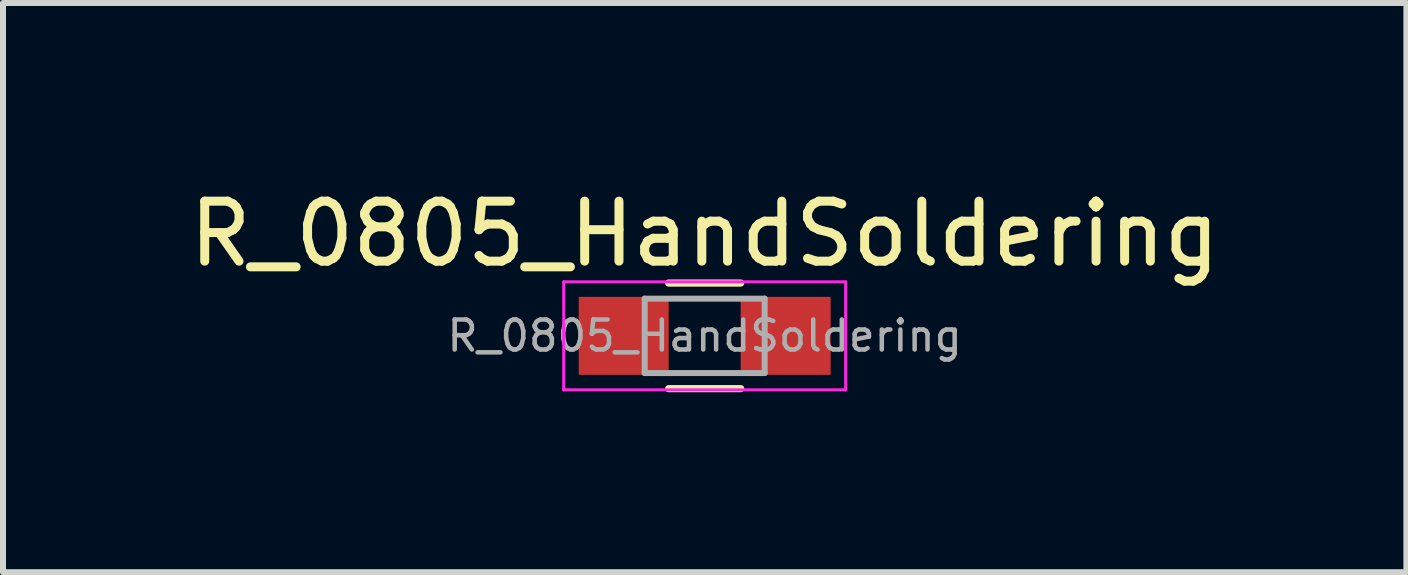
<source format=kicad_pcb>
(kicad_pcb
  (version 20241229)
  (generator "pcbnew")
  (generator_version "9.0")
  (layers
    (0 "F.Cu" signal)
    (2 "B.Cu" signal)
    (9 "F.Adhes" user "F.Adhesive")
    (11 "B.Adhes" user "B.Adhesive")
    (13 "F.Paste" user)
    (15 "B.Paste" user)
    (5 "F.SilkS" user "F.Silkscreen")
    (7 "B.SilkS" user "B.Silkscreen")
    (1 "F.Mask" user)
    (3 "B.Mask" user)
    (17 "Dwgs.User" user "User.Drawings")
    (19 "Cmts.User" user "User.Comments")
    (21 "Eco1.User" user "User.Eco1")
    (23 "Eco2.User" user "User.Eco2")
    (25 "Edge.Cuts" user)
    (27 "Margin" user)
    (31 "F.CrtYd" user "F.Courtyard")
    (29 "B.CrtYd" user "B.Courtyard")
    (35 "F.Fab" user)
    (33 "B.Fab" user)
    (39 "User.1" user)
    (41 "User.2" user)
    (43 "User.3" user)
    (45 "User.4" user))
  (footprint "R_0805_HandSoldering"
    (layer "F.Cu")
    (at 8.696 2.548)
    (property "Reference" "R_0805_HandSoldering" (at 0 -1.7 0) (layer "F.SilkS") (effects (font (size 1 1) (thickness 0.15))))
    (attr smd)
    (fp_line (start -0.6 -0.88) (end 0.6 -0.88) (stroke (width 0.12) (type solid)) (layer "F.SilkS"))
    (fp_line (start 0.6 0.88) (end -0.6 0.88) (stroke (width 0.12) (type solid)) (layer "F.SilkS"))
    (fp_line (start -2.35 -0.9) (end -2.35 0.9) (stroke (width 0.05) (type solid)) (layer "F.CrtYd"))
    (fp_line (start -2.35 -0.9) (end 2.35 -0.9) (stroke (width 0.05) (type solid)) (layer "F.CrtYd"))
    (fp_line (start 2.35 0.9) (end -2.35 0.9) (stroke (width 0.05) (type solid)) (layer "F.CrtYd"))
    (fp_line (start 2.35 0.9) (end 2.35 -0.9) (stroke (width 0.05) (type solid)) (layer "F.CrtYd"))
    (fp_line (start -1 -0.62) (end 1 -0.62) (stroke (width 0.1) (type solid)) (layer "F.Fab"))
    (fp_line (start -1 0.62) (end -1 -0.62) (stroke (width 0.1) (type solid)) (layer "F.Fab"))
    (fp_line (start 1 -0.62) (end 1 0.62) (stroke (width 0.1) (type solid)) (layer "F.Fab"))
    (fp_line (start 1 0.62) (end -1 0.62) (stroke (width 0.1) (type solid)) (layer "F.Fab"))
    (fp_text user "${REFERENCE}" (at 0 0 0) (layer "F.Fab") (effects (font (size 0.5 0.5) (thickness 0.075))))
    (pad "1" smd rect (at -1.35 0) (size 1.5 1.3) (layers "F.Cu" "F.Mask" "F.Paste"))
    (pad "2" smd rect (at 1.35 0) (size 1.5 1.3) (layers "F.Cu" "F.Mask" "F.Paste")))
  (gr_rect
    (start -3 -3)
    (end 20.393 6.488)
    (stroke (width 0.1) (type default))
    (fill no)
    (layer "Edge.Cuts")))
</source>
